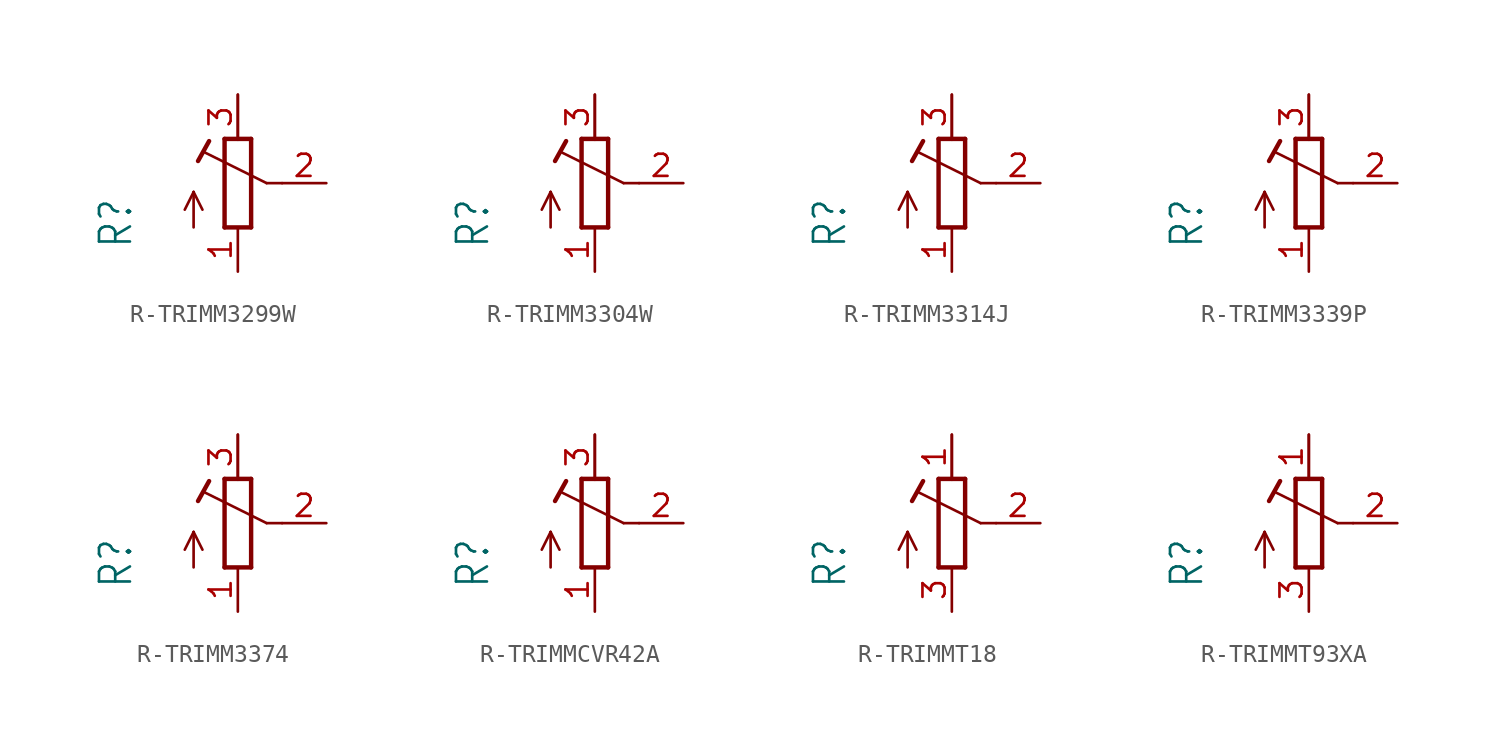
<source format=kicad_sym>
(kicad_symbol_lib
  (version 20231120)
  (generator "kicad_symbol_editor")
  (generator_version "8.0")
  (symbol "R-TRIMM3299W"
    (property "Reference" "R"
      (at -5.969 -3.81 90)
      (effects (font (size 1.778 1.511)) (justify left bottom)))
    (property "Value" ""
      (at -3.81 -3.81 90)
      (effects (font (size 1.778 1.511)) (justify left bottom)))
    (property "ki_locked" ""
      (at 0 0 0)
      (effects (font (size 1.27 1.27))))
    (symbol "R-TRIMM3299W_1_0"
      (polyline (pts (xy -2.54 -2.54) (xy -2.54 -0.508)) (stroke (width 0.152) (type solid)) (fill (type none)))
      (polyline (pts (xy -2.54 -0.508) (xy -3.048 -1.524)) (stroke (width 0.152) (type solid)) (fill (type none)))
      (polyline (pts (xy -2.54 -0.508) (xy -2.032 -1.524)) (stroke (width 0.152) (type solid)) (fill (type none)))
      (polyline (pts (xy -2.286 1.27) (xy -1.651 2.413)) (stroke (width 0.254) (type solid)) (fill (type none)))
      (polyline (pts (xy -0.762 -2.54) (xy 0.762 -2.54)) (stroke (width 0.254) (type solid)) (fill (type none)))
      (polyline (pts (xy -0.762 2.54) (xy -0.762 -2.54)) (stroke (width 0.254) (type solid)) (fill (type none)))
      (polyline (pts (xy 0 2.54) (xy -0.762 2.54)) (stroke (width 0.254) (type solid)) (fill (type none)))
      (polyline (pts (xy 0 2.54) (xy 0 5.08)) (stroke (width 0.152) (type solid)) (fill (type none)))
      (polyline (pts (xy 0.762 -2.54) (xy 0.762 2.54)) (stroke (width 0.254) (type solid)) (fill (type none)))
      (polyline (pts (xy 0.762 2.54) (xy 0 2.54)) (stroke (width 0.254) (type solid)) (fill (type none)))
      (polyline (pts (xy 1.651 0) (xy -1.88 1.753)) (stroke (width 0.152) (type solid)) (fill (type none)))
      (polyline (pts (xy 2.54 0) (xy 1.651 0)) (stroke (width 0.152) (type solid)) (fill (type none)))
      (pin passive line (at 0 -5.08 90) (length 2.54) (name "E" (effects (font (size 0 0)))) (number "1" (effects (font (size 1.27 1.27)))))
      (pin passive line (at 5.08 0 180) (length 2.54) (name "S" (effects (font (size 0 0)))) (number "2" (effects (font (size 1.27 1.27)))))
      (pin passive line (at 0 5.08 270) (length 2.54) (name "A" (effects (font (size 0 0)))) (number "3" (effects (font (size 1.27 1.27)))))))
  (symbol "R-TRIMM3304W"
    (property "Reference" "R"
      (at -5.969 -3.81 90)
      (effects (font (size 1.778 1.511)) (justify left bottom)))
    (property "Value" ""
      (at -3.81 -3.81 90)
      (effects (font (size 1.778 1.511)) (justify left bottom)))
    (property "ki_locked" ""
      (at 0 0 0)
      (effects (font (size 1.27 1.27))))
    (symbol "R-TRIMM3304W_1_0"
      (polyline (pts (xy -2.54 -2.54) (xy -2.54 -0.508)) (stroke (width 0.152) (type solid)) (fill (type none)))
      (polyline (pts (xy -2.54 -0.508) (xy -3.048 -1.524)) (stroke (width 0.152) (type solid)) (fill (type none)))
      (polyline (pts (xy -2.54 -0.508) (xy -2.032 -1.524)) (stroke (width 0.152) (type solid)) (fill (type none)))
      (polyline (pts (xy -2.286 1.27) (xy -1.651 2.413)) (stroke (width 0.254) (type solid)) (fill (type none)))
      (polyline (pts (xy -0.762 -2.54) (xy 0.762 -2.54)) (stroke (width 0.254) (type solid)) (fill (type none)))
      (polyline (pts (xy -0.762 2.54) (xy -0.762 -2.54)) (stroke (width 0.254) (type solid)) (fill (type none)))
      (polyline (pts (xy 0 2.54) (xy -0.762 2.54)) (stroke (width 0.254) (type solid)) (fill (type none)))
      (polyline (pts (xy 0 2.54) (xy 0 5.08)) (stroke (width 0.152) (type solid)) (fill (type none)))
      (polyline (pts (xy 0.762 -2.54) (xy 0.762 2.54)) (stroke (width 0.254) (type solid)) (fill (type none)))
      (polyline (pts (xy 0.762 2.54) (xy 0 2.54)) (stroke (width 0.254) (type solid)) (fill (type none)))
      (polyline (pts (xy 1.651 0) (xy -1.88 1.753)) (stroke (width 0.152) (type solid)) (fill (type none)))
      (polyline (pts (xy 2.54 0) (xy 1.651 0)) (stroke (width 0.152) (type solid)) (fill (type none)))
      (pin passive line (at 0 -5.08 90) (length 2.54) (name "E" (effects (font (size 0 0)))) (number "1" (effects (font (size 1.27 1.27)))))
      (pin passive line (at 5.08 0 180) (length 2.54) (name "S" (effects (font (size 0 0)))) (number "2" (effects (font (size 1.27 1.27)))))
      (pin passive line (at 0 5.08 270) (length 2.54) (name "A" (effects (font (size 0 0)))) (number "3" (effects (font (size 1.27 1.27)))))))
  (symbol "R-TRIMM3314J"
    (property "Reference" "R"
      (at -5.969 -3.81 90)
      (effects (font (size 1.778 1.511)) (justify left bottom)))
    (property "Value" ""
      (at -3.81 -3.81 90)
      (effects (font (size 1.778 1.511)) (justify left bottom)))
    (property "ki_locked" ""
      (at 0 0 0)
      (effects (font (size 1.27 1.27))))
    (symbol "R-TRIMM3314J_1_0"
      (polyline (pts (xy -2.54 -2.54) (xy -2.54 -0.508)) (stroke (width 0.152) (type solid)) (fill (type none)))
      (polyline (pts (xy -2.54 -0.508) (xy -3.048 -1.524)) (stroke (width 0.152) (type solid)) (fill (type none)))
      (polyline (pts (xy -2.54 -0.508) (xy -2.032 -1.524)) (stroke (width 0.152) (type solid)) (fill (type none)))
      (polyline (pts (xy -2.286 1.27) (xy -1.651 2.413)) (stroke (width 0.254) (type solid)) (fill (type none)))
      (polyline (pts (xy -0.762 -2.54) (xy 0.762 -2.54)) (stroke (width 0.254) (type solid)) (fill (type none)))
      (polyline (pts (xy -0.762 2.54) (xy -0.762 -2.54)) (stroke (width 0.254) (type solid)) (fill (type none)))
      (polyline (pts (xy 0 2.54) (xy -0.762 2.54)) (stroke (width 0.254) (type solid)) (fill (type none)))
      (polyline (pts (xy 0 2.54) (xy 0 5.08)) (stroke (width 0.152) (type solid)) (fill (type none)))
      (polyline (pts (xy 0.762 -2.54) (xy 0.762 2.54)) (stroke (width 0.254) (type solid)) (fill (type none)))
      (polyline (pts (xy 0.762 2.54) (xy 0 2.54)) (stroke (width 0.254) (type solid)) (fill (type none)))
      (polyline (pts (xy 1.651 0) (xy -1.88 1.753)) (stroke (width 0.152) (type solid)) (fill (type none)))
      (polyline (pts (xy 2.54 0) (xy 1.651 0)) (stroke (width 0.152) (type solid)) (fill (type none)))
      (pin passive line (at 0 -5.08 90) (length 2.54) (name "E" (effects (font (size 0 0)))) (number "1" (effects (font (size 1.27 1.27)))))
      (pin passive line (at 5.08 0 180) (length 2.54) (name "S" (effects (font (size 0 0)))) (number "2" (effects (font (size 1.27 1.27)))))
      (pin passive line (at 0 5.08 270) (length 2.54) (name "A" (effects (font (size 0 0)))) (number "3" (effects (font (size 1.27 1.27)))))))
  (symbol "R-TRIMM3339P"
    (property "Reference" "R"
      (at -5.969 -3.81 90)
      (effects (font (size 1.778 1.511)) (justify left bottom)))
    (property "Value" ""
      (at -3.81 -3.81 90)
      (effects (font (size 1.778 1.511)) (justify left bottom)))
    (property "ki_locked" ""
      (at 0 0 0)
      (effects (font (size 1.27 1.27))))
    (symbol "R-TRIMM3339P_1_0"
      (polyline (pts (xy -2.54 -2.54) (xy -2.54 -0.508)) (stroke (width 0.152) (type solid)) (fill (type none)))
      (polyline (pts (xy -2.54 -0.508) (xy -3.048 -1.524)) (stroke (width 0.152) (type solid)) (fill (type none)))
      (polyline (pts (xy -2.54 -0.508) (xy -2.032 -1.524)) (stroke (width 0.152) (type solid)) (fill (type none)))
      (polyline (pts (xy -2.286 1.27) (xy -1.651 2.413)) (stroke (width 0.254) (type solid)) (fill (type none)))
      (polyline (pts (xy -0.762 -2.54) (xy 0.762 -2.54)) (stroke (width 0.254) (type solid)) (fill (type none)))
      (polyline (pts (xy -0.762 2.54) (xy -0.762 -2.54)) (stroke (width 0.254) (type solid)) (fill (type none)))
      (polyline (pts (xy 0 2.54) (xy -0.762 2.54)) (stroke (width 0.254) (type solid)) (fill (type none)))
      (polyline (pts (xy 0 2.54) (xy 0 5.08)) (stroke (width 0.152) (type solid)) (fill (type none)))
      (polyline (pts (xy 0.762 -2.54) (xy 0.762 2.54)) (stroke (width 0.254) (type solid)) (fill (type none)))
      (polyline (pts (xy 0.762 2.54) (xy 0 2.54)) (stroke (width 0.254) (type solid)) (fill (type none)))
      (polyline (pts (xy 1.651 0) (xy -1.88 1.753)) (stroke (width 0.152) (type solid)) (fill (type none)))
      (polyline (pts (xy 2.54 0) (xy 1.651 0)) (stroke (width 0.152) (type solid)) (fill (type none)))
      (pin passive line (at 0 -5.08 90) (length 2.54) (name "E" (effects (font (size 0 0)))) (number "1" (effects (font (size 1.27 1.27)))))
      (pin passive line (at 5.08 0 180) (length 2.54) (name "S" (effects (font (size 0 0)))) (number "2" (effects (font (size 1.27 1.27)))))
      (pin passive line (at 0 5.08 270) (length 2.54) (name "A" (effects (font (size 0 0)))) (number "3" (effects (font (size 1.27 1.27)))))))
  (symbol "R-TRIMM3374"
    (property "Reference" "R"
      (at -5.969 -3.81 90)
      (effects (font (size 1.778 1.511)) (justify left bottom)))
    (property "Value" ""
      (at -3.81 -3.81 90)
      (effects (font (size 1.778 1.511)) (justify left bottom)))
    (property "ki_locked" ""
      (at 0 0 0)
      (effects (font (size 1.27 1.27))))
    (symbol "R-TRIMM3374_1_0"
      (polyline (pts (xy -2.54 -2.54) (xy -2.54 -0.508)) (stroke (width 0.152) (type solid)) (fill (type none)))
      (polyline (pts (xy -2.54 -0.508) (xy -3.048 -1.524)) (stroke (width 0.152) (type solid)) (fill (type none)))
      (polyline (pts (xy -2.54 -0.508) (xy -2.032 -1.524)) (stroke (width 0.152) (type solid)) (fill (type none)))
      (polyline (pts (xy -2.286 1.27) (xy -1.651 2.413)) (stroke (width 0.254) (type solid)) (fill (type none)))
      (polyline (pts (xy -0.762 -2.54) (xy 0.762 -2.54)) (stroke (width 0.254) (type solid)) (fill (type none)))
      (polyline (pts (xy -0.762 2.54) (xy -0.762 -2.54)) (stroke (width 0.254) (type solid)) (fill (type none)))
      (polyline (pts (xy 0 2.54) (xy -0.762 2.54)) (stroke (width 0.254) (type solid)) (fill (type none)))
      (polyline (pts (xy 0 2.54) (xy 0 5.08)) (stroke (width 0.152) (type solid)) (fill (type none)))
      (polyline (pts (xy 0.762 -2.54) (xy 0.762 2.54)) (stroke (width 0.254) (type solid)) (fill (type none)))
      (polyline (pts (xy 0.762 2.54) (xy 0 2.54)) (stroke (width 0.254) (type solid)) (fill (type none)))
      (polyline (pts (xy 1.651 0) (xy -1.88 1.753)) (stroke (width 0.152) (type solid)) (fill (type none)))
      (polyline (pts (xy 2.54 0) (xy 1.651 0)) (stroke (width 0.152) (type solid)) (fill (type none)))
      (pin passive line (at 0 -5.08 90) (length 2.54) (name "E" (effects (font (size 0 0)))) (number "1" (effects (font (size 1.27 1.27)))))
      (pin passive line (at 5.08 0 180) (length 2.54) (name "S" (effects (font (size 0 0)))) (number "2" (effects (font (size 1.27 1.27)))))
      (pin passive line (at 0 5.08 270) (length 2.54) (name "A" (effects (font (size 0 0)))) (number "3" (effects (font (size 1.27 1.27)))))))
  (symbol "R-TRIMMCVR42A"
    (property "Reference" "R"
      (at -5.969 -3.81 90)
      (effects (font (size 1.778 1.511)) (justify left bottom)))
    (property "Value" ""
      (at -3.81 -3.81 90)
      (effects (font (size 1.778 1.511)) (justify left bottom)))
    (property "ki_locked" ""
      (at 0 0 0)
      (effects (font (size 1.27 1.27))))
    (symbol "R-TRIMMCVR42A_1_0"
      (polyline (pts (xy -2.54 -2.54) (xy -2.54 -0.508)) (stroke (width 0.152) (type solid)) (fill (type none)))
      (polyline (pts (xy -2.54 -0.508) (xy -3.048 -1.524)) (stroke (width 0.152) (type solid)) (fill (type none)))
      (polyline (pts (xy -2.54 -0.508) (xy -2.032 -1.524)) (stroke (width 0.152) (type solid)) (fill (type none)))
      (polyline (pts (xy -2.286 1.27) (xy -1.651 2.413)) (stroke (width 0.254) (type solid)) (fill (type none)))
      (polyline (pts (xy -0.762 -2.54) (xy 0.762 -2.54)) (stroke (width 0.254) (type solid)) (fill (type none)))
      (polyline (pts (xy -0.762 2.54) (xy -0.762 -2.54)) (stroke (width 0.254) (type solid)) (fill (type none)))
      (polyline (pts (xy 0 2.54) (xy -0.762 2.54)) (stroke (width 0.254) (type solid)) (fill (type none)))
      (polyline (pts (xy 0 2.54) (xy 0 5.08)) (stroke (width 0.152) (type solid)) (fill (type none)))
      (polyline (pts (xy 0.762 -2.54) (xy 0.762 2.54)) (stroke (width 0.254) (type solid)) (fill (type none)))
      (polyline (pts (xy 0.762 2.54) (xy 0 2.54)) (stroke (width 0.254) (type solid)) (fill (type none)))
      (polyline (pts (xy 1.651 0) (xy -1.88 1.753)) (stroke (width 0.152) (type solid)) (fill (type none)))
      (polyline (pts (xy 2.54 0) (xy 1.651 0)) (stroke (width 0.152) (type solid)) (fill (type none)))
      (pin passive line (at 0 -5.08 90) (length 2.54) (name "E" (effects (font (size 0 0)))) (number "1" (effects (font (size 1.27 1.27)))))
      (pin passive line (at 5.08 0 180) (length 2.54) (name "S" (effects (font (size 0 0)))) (number "2" (effects (font (size 1.27 1.27)))))
      (pin passive line (at 0 5.08 270) (length 2.54) (name "A" (effects (font (size 0 0)))) (number "3" (effects (font (size 1.27 1.27)))))))
  (symbol "R-TRIMMT18"
    (property "Reference" "R"
      (at -5.969 -3.81 90)
      (effects (font (size 1.778 1.511)) (justify left bottom)))
    (property "Value" ""
      (at -3.81 -3.81 90)
      (effects (font (size 1.778 1.511)) (justify left bottom)))
    (property "ki_locked" ""
      (at 0 0 0)
      (effects (font (size 1.27 1.27))))
    (symbol "R-TRIMMT18_1_0"
      (polyline (pts (xy -2.54 -2.54) (xy -2.54 -0.508)) (stroke (width 0.152) (type solid)) (fill (type none)))
      (polyline (pts (xy -2.54 -0.508) (xy -3.048 -1.524)) (stroke (width 0.152) (type solid)) (fill (type none)))
      (polyline (pts (xy -2.54 -0.508) (xy -2.032 -1.524)) (stroke (width 0.152) (type solid)) (fill (type none)))
      (polyline (pts (xy -2.286 1.27) (xy -1.651 2.413)) (stroke (width 0.254) (type solid)) (fill (type none)))
      (polyline (pts (xy -0.762 -2.54) (xy 0.762 -2.54)) (stroke (width 0.254) (type solid)) (fill (type none)))
      (polyline (pts (xy -0.762 2.54) (xy -0.762 -2.54)) (stroke (width 0.254) (type solid)) (fill (type none)))
      (polyline (pts (xy 0 2.54) (xy -0.762 2.54)) (stroke (width 0.254) (type solid)) (fill (type none)))
      (polyline (pts (xy 0 2.54) (xy 0 5.08)) (stroke (width 0.152) (type solid)) (fill (type none)))
      (polyline (pts (xy 0.762 -2.54) (xy 0.762 2.54)) (stroke (width 0.254) (type solid)) (fill (type none)))
      (polyline (pts (xy 0.762 2.54) (xy 0 2.54)) (stroke (width 0.254) (type solid)) (fill (type none)))
      (polyline (pts (xy 1.651 0) (xy -1.88 1.753)) (stroke (width 0.152) (type solid)) (fill (type none)))
      (polyline (pts (xy 2.54 0) (xy 1.651 0)) (stroke (width 0.152) (type solid)) (fill (type none)))
      (pin passive line (at 0 5.08 270) (length 2.54) (name "A" (effects (font (size 0 0)))) (number "1" (effects (font (size 1.27 1.27)))))
      (pin passive line (at 5.08 0 180) (length 2.54) (name "S" (effects (font (size 0 0)))) (number "2" (effects (font (size 1.27 1.27)))))
      (pin passive line (at 0 -5.08 90) (length 2.54) (name "E" (effects (font (size 0 0)))) (number "3" (effects (font (size 1.27 1.27)))))))
  (symbol "R-TRIMMT93XA"
    (property "Reference" "R"
      (at -5.969 -3.81 90)
      (effects (font (size 1.778 1.511)) (justify left bottom)))
    (property "Value" ""
      (at -3.81 -3.81 90)
      (effects (font (size 1.778 1.511)) (justify left bottom)))
    (property "ki_locked" ""
      (at 0 0 0)
      (effects (font (size 1.27 1.27))))
    (symbol "R-TRIMMT93XA_1_0"
      (polyline (pts (xy -2.54 -2.54) (xy -2.54 -0.508)) (stroke (width 0.152) (type solid)) (fill (type none)))
      (polyline (pts (xy -2.54 -0.508) (xy -3.048 -1.524)) (stroke (width 0.152) (type solid)) (fill (type none)))
      (polyline (pts (xy -2.54 -0.508) (xy -2.032 -1.524)) (stroke (width 0.152) (type solid)) (fill (type none)))
      (polyline (pts (xy -2.286 1.27) (xy -1.651 2.413)) (stroke (width 0.254) (type solid)) (fill (type none)))
      (polyline (pts (xy -0.762 -2.54) (xy 0.762 -2.54)) (stroke (width 0.254) (type solid)) (fill (type none)))
      (polyline (pts (xy -0.762 2.54) (xy -0.762 -2.54)) (stroke (width 0.254) (type solid)) (fill (type none)))
      (polyline (pts (xy 0 2.54) (xy -0.762 2.54)) (stroke (width 0.254) (type solid)) (fill (type none)))
      (polyline (pts (xy 0 2.54) (xy 0 5.08)) (stroke (width 0.152) (type solid)) (fill (type none)))
      (polyline (pts (xy 0.762 -2.54) (xy 0.762 2.54)) (stroke (width 0.254) (type solid)) (fill (type none)))
      (polyline (pts (xy 0.762 2.54) (xy 0 2.54)) (stroke (width 0.254) (type solid)) (fill (type none)))
      (polyline (pts (xy 1.651 0) (xy -1.88 1.753)) (stroke (width 0.152) (type solid)) (fill (type none)))
      (polyline (pts (xy 2.54 0) (xy 1.651 0)) (stroke (width 0.152) (type solid)) (fill (type none)))
      (pin passive line (at 0 5.08 270) (length 2.54) (name "A" (effects (font (size 0 0)))) (number "1" (effects (font (size 1.27 1.27)))))
      (pin passive line (at 5.08 0 180) (length 2.54) (name "S" (effects (font (size 0 0)))) (number "2" (effects (font (size 1.27 1.27)))))
      (pin passive line (at 0 -5.08 90) (length 2.54) (name "E" (effects (font (size 0 0)))) (number "3" (effects (font (size 1.27 1.27))))))))
</source>
